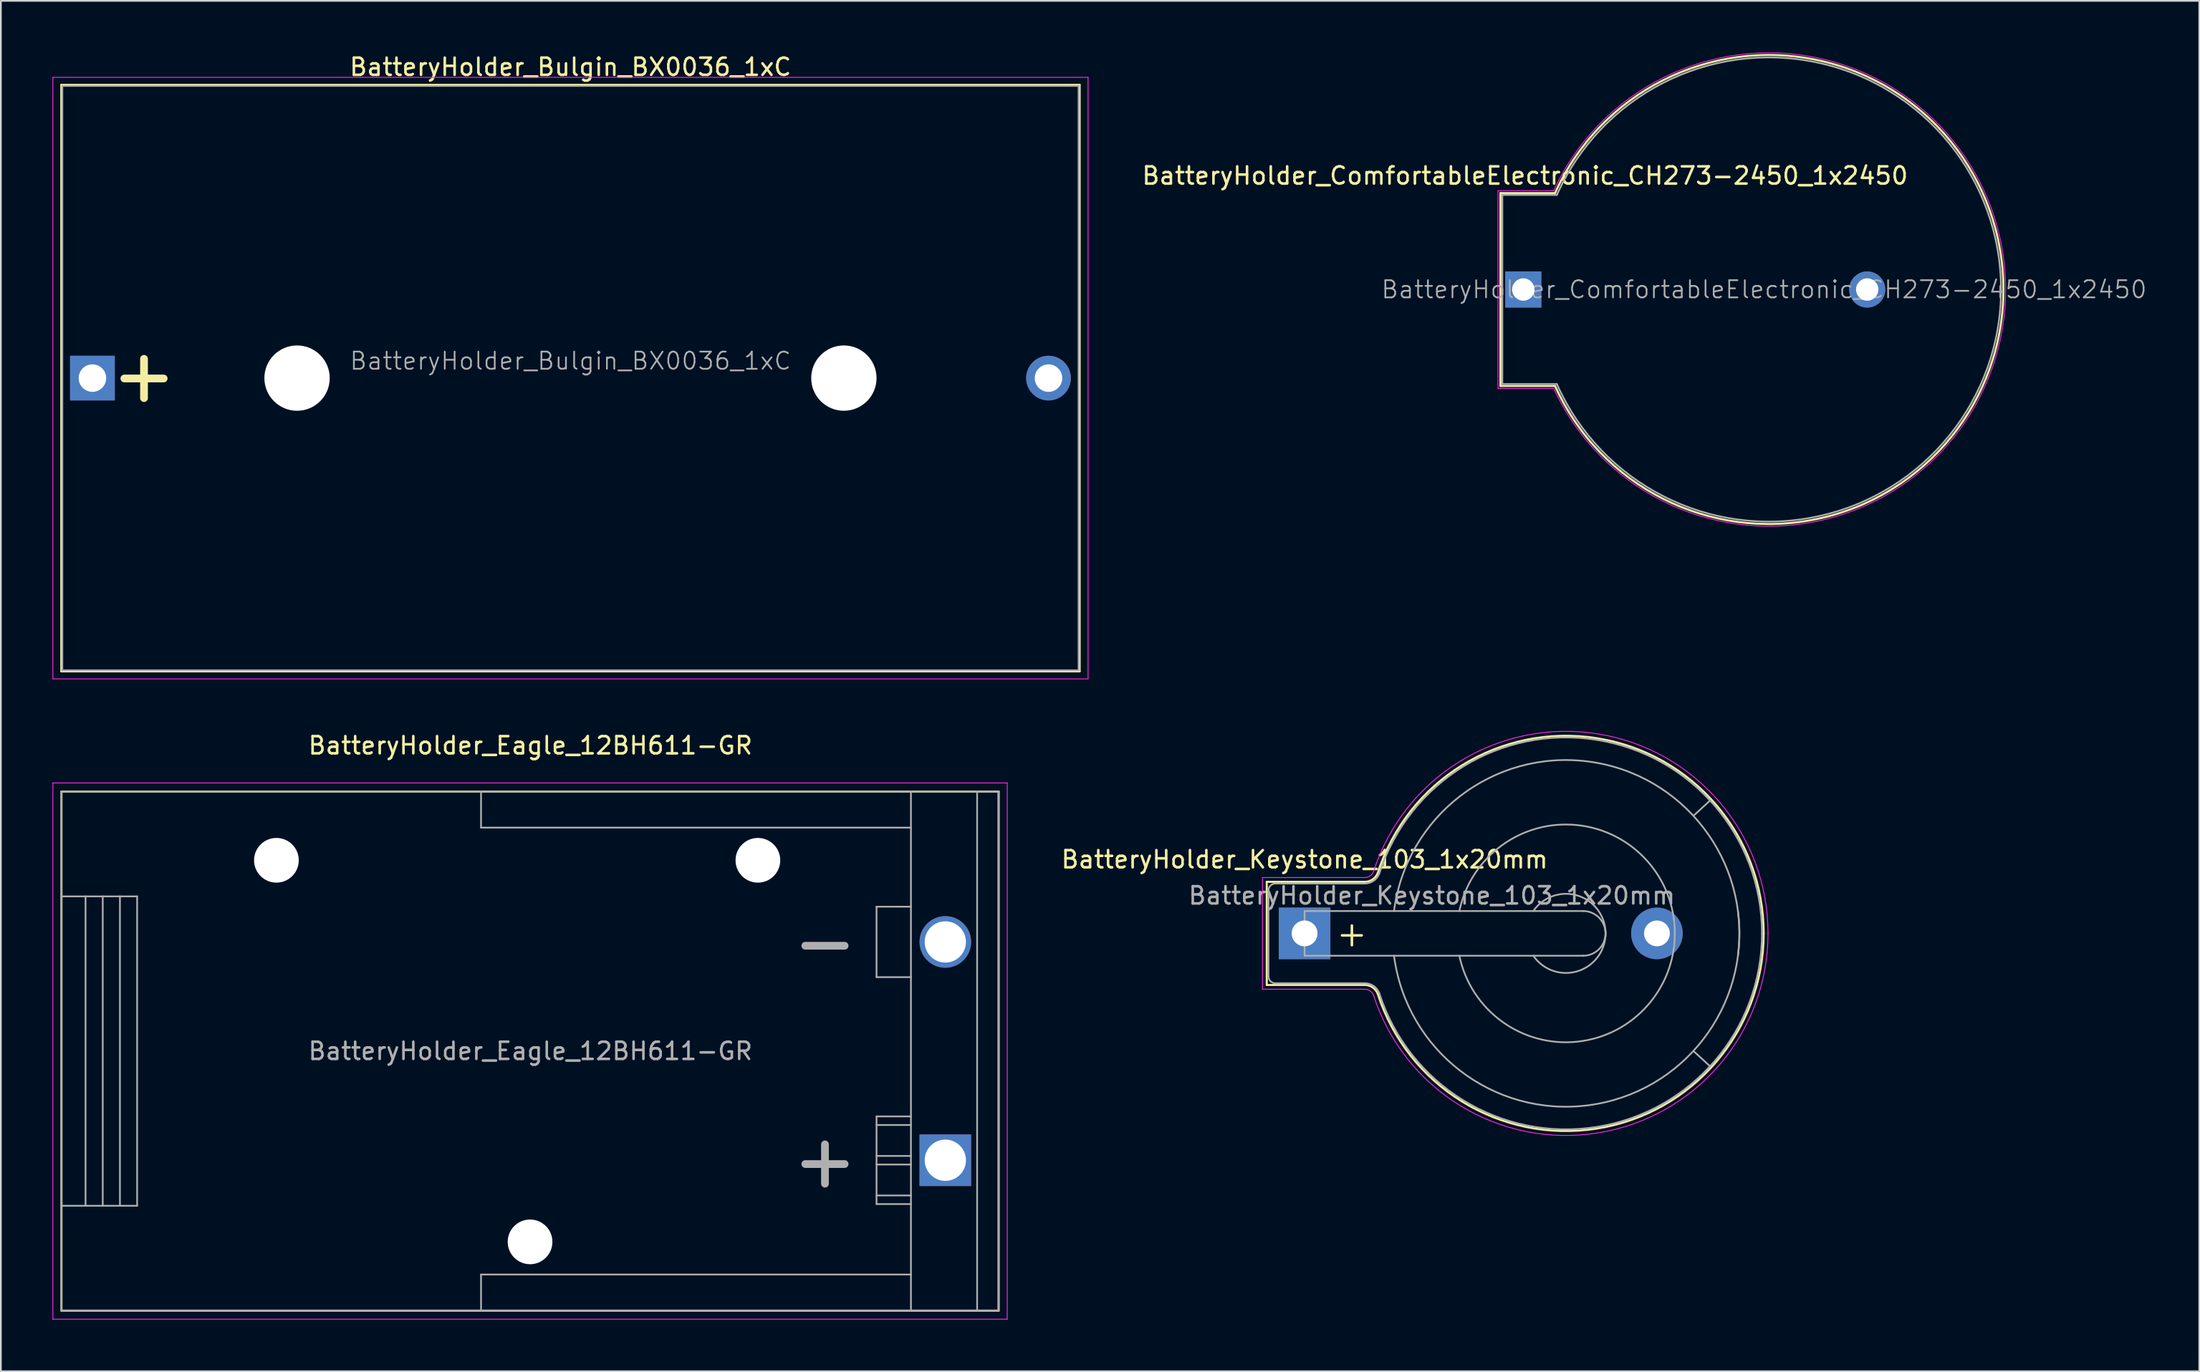
<source format=kicad_pcb>
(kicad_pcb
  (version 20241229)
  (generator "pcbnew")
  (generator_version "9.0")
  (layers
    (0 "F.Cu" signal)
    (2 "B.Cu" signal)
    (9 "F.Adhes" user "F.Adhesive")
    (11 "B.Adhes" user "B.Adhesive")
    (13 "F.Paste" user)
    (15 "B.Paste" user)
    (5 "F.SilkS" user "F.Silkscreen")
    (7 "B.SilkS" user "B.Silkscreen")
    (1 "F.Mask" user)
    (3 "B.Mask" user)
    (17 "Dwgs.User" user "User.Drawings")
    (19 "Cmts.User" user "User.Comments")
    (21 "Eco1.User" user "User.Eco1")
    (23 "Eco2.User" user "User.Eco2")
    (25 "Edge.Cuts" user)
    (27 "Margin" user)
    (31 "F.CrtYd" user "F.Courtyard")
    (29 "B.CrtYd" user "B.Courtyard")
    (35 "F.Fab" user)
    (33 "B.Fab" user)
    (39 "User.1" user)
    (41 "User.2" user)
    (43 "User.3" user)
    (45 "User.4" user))
  (footprint "BatteryHolder_Bulgin_BX0036_1xC"
    (layer "F.Cu")
    (at 2.325 18.948)
    (property "Reference" "BatteryHolder_Bulgin_BX0036_1xC" (at 27.8 -18.1 0) (layer "F.SilkS") (effects (font (size 1 1) (thickness 0.15))))
    (attr through_hole)
    (fp_line (start -1.81 -17.06) (end -1.81 17.06) (stroke (width 0.12) (type solid)) (layer "F.SilkS"))
    (fp_line (start -1.81 -17.06) (end 57.41 -17.06) (stroke (width 0.12) (type solid)) (layer "F.SilkS"))
    (fp_line (start -1.81 17.06) (end 57.41 17.06) (stroke (width 0.12) (type solid)) (layer "F.SilkS"))
    (fp_line (start 57.41 -17.06) (end 57.41 17.06) (stroke (width 0.12) (type solid)) (layer "F.SilkS"))
    (fp_line (start -2.3 -17.5) (end 57.9 -17.5) (stroke (width 0.05) (type solid)) (layer "F.CrtYd"))
    (fp_line (start -2.3 17.5) (end -2.3 -17.5) (stroke (width 0.05) (type solid)) (layer "F.CrtYd"))
    (fp_line (start 57.9 -17.5) (end 57.9 17.5) (stroke (width 0.05) (type solid)) (layer "F.CrtYd"))
    (fp_line (start 57.9 17.5) (end -2.3 17.5) (stroke (width 0.05) (type solid)) (layer "F.CrtYd"))
    (fp_line (start -1.75 -17) (end 57.35 -17) (stroke (width 0.1) (type solid)) (layer "F.Fab"))
    (fp_line (start -1.75 17) (end -1.75 -17) (stroke (width 0.1) (type solid)) (layer "F.Fab"))
    (fp_line (start 57.35 -17) (end 57.35 17) (stroke (width 0.1) (type solid)) (layer "F.Fab"))
    (fp_line (start 57.35 17) (end -1.75 17) (stroke (width 0.1) (type solid)) (layer "F.Fab"))
    (fp_text user "+" (at 3 -0.2 0) (layer "F.SilkS") (effects (font (size 3 3) (thickness 0.45))))
    (fp_text user "${REFERENCE}" (at 27.8 -1 0) (layer "F.Fab") (effects (font (size 1 1) (thickness 0.1))))
    (pad "" np_thru_hole circle (at 11.9 0) (size 3.8 3.8) (drill 3.8) (layers "*.Cu" "*.Mask"))
    (pad "" np_thru_hole circle (at 43.7 0) (size 3.8 3.8) (drill 3.8) (layers "*.Cu" "*.Mask"))
    (pad "1" thru_hole rect (at 0 0) (size 2.6 2.6) (drill 1.6) (layers "*.Cu" "*.Mask"))
    (pad "2" thru_hole circle (at 55.6 0) (size 2.6 2.6) (drill 1.6) (layers "*.Cu" "*.Mask")))
  (footprint "BatteryHolder_Keystone_103_1x20mm"
    (layer "F.Cu")
    (at 72.818 51.254)
    (property "Reference" "BatteryHolder_Keystone_103_1x20mm" (at 0 -4.3 0) (layer "F.SilkS") (effects (font (size 1 1) (thickness 0.15))))
    (attr through_hole)
    (fp_line (start -2.2 -3) (end 3.5 -3) (stroke (width 0.12) (type solid)) (layer "F.SilkS"))
    (fp_line (start -2.2 3) (end -2.2 -3) (stroke (width 0.12) (type solid)) (layer "F.SilkS"))
    (fp_line (start -2.2 3) (end 3.5 3) (stroke (width 0.12) (type solid)) (layer "F.SilkS"))
    (fp_arc (start 3.5 3) (mid 3.950694 3.136459) (end 4.25 3.5) (stroke (width 0.12) (type solid)) (layer "F.SilkS"))
    (fp_arc (start 4.25 -3.5) (mid 3.950694 -3.136459) (end 3.5 -3) (stroke (width 0.12) (type solid)) (layer "F.SilkS"))
    (fp_arc (start 4.25 -3.5) (mid 16.971103 -11.358466) (end 26.695671 0) (stroke (width 0.12) (type solid)) (layer "F.SilkS"))
    (fp_arc (start 26.695671 0) (mid 16.971103 11.358466) (end 4.25 3.5) (stroke (width 0.12) (type solid)) (layer "F.SilkS"))
    (fp_line (start -2.45 -3.25) (end 3.5 -3.25) (stroke (width 0.05) (type solid)) (layer "F.CrtYd"))
    (fp_line (start -2.45 3.25) (end -2.45 -3.25) (stroke (width 0.05) (type solid)) (layer "F.CrtYd"))
    (fp_line (start -2.45 3.25) (end 3.5 3.25) (stroke (width 0.05) (type solid)) (layer "F.CrtYd"))
    (fp_arc (start 3.5 3.25) (mid 3.809273 3.345916) (end 4.01 3.6) (stroke (width 0.05) (type solid)) (layer "F.CrtYd"))
    (fp_arc (start 4.01 -3.6) (mid 3.809273 -3.345916) (end 3.5 -3.25) (stroke (width 0.05) (type solid)) (layer "F.CrtYd"))
    (fp_arc (start 4.01 -3.6) (mid 17.020063 -11.613627) (end 26.95 0) (stroke (width 0.05) (type solid)) (layer "F.CrtYd"))
    (fp_arc (start 26.95 0) (mid 17.020063 11.613629) (end 4.01 3.6) (stroke (width 0.05) (type solid)) (layer "F.CrtYd"))
    (fp_line (start -2.1 -2.5) (end -2.1 2.5) (stroke (width 0.1) (type solid)) (layer "F.Fab"))
    (fp_line (start -1.7 2.9) (end 3.5 2.9) (stroke (width 0.1) (type solid)) (layer "F.Fab"))
    (fp_line (start 0 -1.3) (end 0 1.3) (stroke (width 0.1) (type solid)) (layer "F.Fab"))
    (fp_line (start 0 1.3) (end 16.2 1.3) (stroke (width 0.1) (type solid)) (layer "F.Fab"))
    (fp_line (start 3.5 -2.9) (end -1.7 -2.9) (stroke (width 0.1) (type solid)) (layer "F.Fab"))
    (fp_line (start 16.2 -1.3) (end 0 -1.3) (stroke (width 0.1) (type solid)) (layer "F.Fab"))
    (fp_line (start 23.571 -7.722) (end 22.631 -6.858) (stroke (width 0.1) (type solid)) (layer "F.Fab"))
    (fp_line (start 23.571 7.722) (end 22.657 6.883) (stroke (width 0.1) (type solid)) (layer "F.Fab"))
    (fp_arc (start -2.1 -2.5) (mid -1.982843 -2.782843) (end -1.7 -2.9) (stroke (width 0.1) (type solid)) (layer "F.Fab"))
    (fp_arc (start -1.7 2.9) (mid -1.982843 2.782843) (end -2.1 2.5) (stroke (width 0.1) (type solid)) (layer "F.Fab"))
    (fp_arc (start 3.5 2.9) (mid 4.020217 3.065109) (end 4.35 3.5) (stroke (width 0.1) (type solid)) (layer "F.Fab"))
    (fp_arc (start 4.35 -3.5) (mid 4.020217 -3.06511) (end 3.5 -2.9) (stroke (width 0.1) (type solid)) (layer "F.Fab"))
    (fp_arc (start 4.35 -3.5) (mid 16.971395 -11.261979) (end 26.600299 0) (stroke (width 0.1) (type solid)) (layer "F.Fab"))
    (fp_arc (start 5.2 -1.3) (mid 16.5 -10) (end 25.2 1.3) (stroke (width 0.1) (type solid)) (layer "F.Fab"))
    (fp_arc (start 9 -1.3) (mid 15.851289 -6.300938) (end 21.53 0) (stroke (width 0.1) (type solid)) (layer "F.Fab"))
    (fp_arc (start 13.3 -1.3) (mid 15.963947 -2.171724) (end 17.495448 0.175833) (stroke (width 0.1) (type solid)) (layer "F.Fab"))
    (fp_arc (start 16.2 -1.3) (mid 17.5 0) (end 16.2 1.3) (stroke (width 0.1) (type solid)) (layer "F.Fab"))
    (fp_arc (start 17.495448 -0.175833) (mid 15.963947 2.171724) (end 13.3 1.3) (stroke (width 0.1) (type solid)) (layer "F.Fab"))
    (fp_arc (start 21.53 0) (mid 15.851292 6.300937) (end 9 1.3) (stroke (width 0.1) (type solid)) (layer "F.Fab"))
    (fp_arc (start 25.2 -1.3) (mid 16.5 10) (end 5.2 1.3) (stroke (width 0.1) (type solid)) (layer "F.Fab"))
    (fp_arc (start 26.600299 0) (mid 16.971396 11.261979) (end 4.35 3.5) (stroke (width 0.1) (type solid)) (layer "F.Fab"))
    (fp_text user "+" (at 2.75 0 0) (layer "F.SilkS") (effects (font (size 1.5 1.5) (thickness 0.15))))
    (fp_text user "${REFERENCE}" (at 7.4 -2.2 0) (layer "F.Fab") (effects (font (size 1 1) (thickness 0.15))))
    (pad "1" thru_hole rect (at 0 0) (size 3 3) (drill 1.5) (layers "*.Cu" "*.Mask"))
    (pad "2" thru_hole circle (at 20.49 0) (size 3 3) (drill 1.5) (layers "*.Cu" "*.Mask")))
  (footprint "BatteryHolder_ComfortableElectronic_CH273-2450_1x2450"
    (layer "F.Cu")
    (at 85.537 13.793)
    (property "Reference" "BatteryHolder_ComfortableElectronic_CH273-2450_1x2450" (at 0.1 -6.62 0) (layer "F.SilkS") (effects (font (size 1 1) (thickness 0.15))))
    (attr through_hole)
    (fp_line (start -1.33 -5.61) (end 1.845 -5.61) (stroke (width 0.12) (type solid)) (layer "F.SilkS"))
    (fp_line (start -1.33 5.61) (end -1.33 -5.61) (stroke (width 0.12) (type solid)) (layer "F.SilkS"))
    (fp_line (start 1.845 5.61) (end -1.33 5.61) (stroke (width 0.12) (type solid)) (layer "F.SilkS"))
    (fp_arc (start 1.845 -5.61) (mid 27.921896 0) (end 1.845 5.61) (stroke (width 0.12) (type solid)) (layer "F.SilkS"))
    (fp_line (start -1.47 -5.75) (end 1.77 -5.75) (stroke (width 0.05) (type solid)) (layer "F.CrtYd"))
    (fp_line (start -1.47 5.75) (end -1.47 -5.75) (stroke (width 0.05) (type solid)) (layer "F.CrtYd"))
    (fp_line (start 1.77 5.75) (end -1.47 5.75) (stroke (width 0.05) (type solid)) (layer "F.CrtYd"))
    (fp_arc (start 1.77 -5.75) (mid 28.048173 0) (end 1.77 5.75) (stroke (width 0.05) (type solid)) (layer "F.CrtYd"))
    (fp_line (start -1.22 -5.5) (end 1.95 -5.5) (stroke (width 0.1) (type solid)) (layer "F.Fab"))
    (fp_line (start -1.22 5.5) (end -1.22 -5.5) (stroke (width 0.1) (type solid)) (layer "F.Fab"))
    (fp_line (start 1.95 5.5) (end -1.22 5.5) (stroke (width 0.1) (type solid)) (layer "F.Fab"))
    (fp_arc (start 1.95 -5.5) (mid 27.78107 0) (end 1.95 5.5) (stroke (width 0.1) (type solid)) (layer "F.Fab"))
    (fp_text user "${REFERENCE}" (at 14 0 0) (layer "F.Fab") (effects (font (size 1 1) (thickness 0.1))))
    (pad "1" thru_hole rect (at 0 0 270) (size 2.1 2.1) (drill 1.3) (layers "*.Cu" "*.Mask"))
    (pad "2" thru_hole circle (at 20 0 270) (size 2.1 2.1) (drill 1.3) (layers "*.Cu" "*.Mask")))
  (footprint "BatteryHolder_Eagle_12BH611-GR"
    (layer "F.Cu")
    (at 51.925 64.451)
    (property "Reference" "BatteryHolder_Eagle_12BH611-GR" (at -24.13 -24.13 0) (layer "F.SilkS") (effects (font (size 1 1) (thickness 0.15))))
    (attr through_hole)
    (fp_line (start -51.4 -21.45) (end 3.1 -21.45) (stroke (width 0.12) (type solid)) (layer "F.SilkS"))
    (fp_line (start -51.4 8.75) (end -51.4 -21.45) (stroke (width 0.12) (type solid)) (layer "F.SilkS"))
    (fp_line (start 3.1 -21.45) (end 3.1 8.75) (stroke (width 0.12) (type solid)) (layer "F.SilkS"))
    (fp_line (start 3.1 8.75) (end -51.4 8.75) (stroke (width 0.12) (type solid)) (layer "F.SilkS"))
    (fp_line (start -51.9 -21.95) (end 3.6 -21.95) (stroke (width 0.05) (type solid)) (layer "F.CrtYd"))
    (fp_line (start -51.9 9.25) (end -51.9 -21.95) (stroke (width 0.05) (type solid)) (layer "F.CrtYd"))
    (fp_line (start 3.6 -21.95) (end 3.6 9.25) (stroke (width 0.05) (type solid)) (layer "F.CrtYd"))
    (fp_line (start 3.6 9.25) (end -51.9 9.25) (stroke (width 0.05) (type solid)) (layer "F.CrtYd"))
    (fp_line (start -51.4 -21.45) (end 3.1 -21.45) (stroke (width 0.1) (type solid)) (layer "F.Fab"))
    (fp_line (start -51.4 -15.35) (end -47 -15.35) (stroke (width 0.1) (type solid)) (layer "F.Fab"))
    (fp_line (start -51.4 2.65) (end -47 2.65) (stroke (width 0.1) (type solid)) (layer "F.Fab"))
    (fp_line (start -51.4 8.75) (end -51.4 -21.45) (stroke (width 0.1) (type solid)) (layer "F.Fab"))
    (fp_line (start -50 2.65) (end -50 -15.35) (stroke (width 0.1) (type solid)) (layer "F.Fab"))
    (fp_line (start -49 2.65) (end -49 -15.35) (stroke (width 0.1) (type solid)) (layer "F.Fab"))
    (fp_line (start -48 2.65) (end -48 -15.35) (stroke (width 0.1) (type solid)) (layer "F.Fab"))
    (fp_line (start -47 2.65) (end -47 -15.35) (stroke (width 0.1) (type solid)) (layer "F.Fab"))
    (fp_line (start -27 -19.35) (end -27 -21.45) (stroke (width 0.1) (type solid)) (layer "F.Fab"))
    (fp_line (start -27 6.65) (end -27 8.75) (stroke (width 0.1) (type solid)) (layer "F.Fab"))
    (fp_line (start -4 -14.75) (end -4 -10.65) (stroke (width 0.1) (type solid)) (layer "F.Fab"))
    (fp_line (start -4 -10.65) (end -2 -10.65) (stroke (width 0.1) (type solid)) (layer "F.Fab"))
    (fp_line (start -4 -2.55) (end -4 2.55) (stroke (width 0.1) (type solid)) (layer "F.Fab"))
    (fp_line (start -4 -2.05) (end -2 -2.05) (stroke (width 0.1) (type solid)) (layer "F.Fab"))
    (fp_line (start -4 0.25) (end -2 0.25) (stroke (width 0.1) (type solid)) (layer "F.Fab"))
    (fp_line (start -4 2.55) (end -2 2.55) (stroke (width 0.1) (type solid)) (layer "F.Fab"))
    (fp_line (start -2 -21.45) (end -2 8.75) (stroke (width 0.1) (type solid)) (layer "F.Fab"))
    (fp_line (start -2 -19.35) (end -27 -19.35) (stroke (width 0.1) (type solid)) (layer "F.Fab"))
    (fp_line (start -2 -14.75) (end -4 -14.75) (stroke (width 0.1) (type solid)) (layer "F.Fab"))
    (fp_line (start -2 -2.55) (end -4 -2.55) (stroke (width 0.1) (type solid)) (layer "F.Fab"))
    (fp_line (start -2 -0.25) (end -4 -0.25) (stroke (width 0.1) (type solid)) (layer "F.Fab"))
    (fp_line (start -2 2.05) (end -4 2.05) (stroke (width 0.1) (type solid)) (layer "F.Fab"))
    (fp_line (start -2 6.65) (end -27 6.65) (stroke (width 0.1) (type solid)) (layer "F.Fab"))
    (fp_line (start 1.85 8.75) (end 1.85 -21.45) (stroke (width 0.1) (type solid)) (layer "F.Fab"))
    (fp_line (start 3.1 -21.45) (end 3.1 8.75) (stroke (width 0.1) (type solid)) (layer "F.Fab"))
    (fp_line (start 3.1 8.75) (end -51.4 8.75) (stroke (width 0.1) (type solid)) (layer "F.Fab"))
    (fp_text user "-" (at -7 -12.7 0) (layer "F.Fab") (effects (font (size 3 3) (thickness 0.45))))
    (fp_text user "${REFERENCE}" (at -24.13 -6.35 180) (layer "F.Fab") (effects (font (size 1 1) (thickness 0.15))))
    (fp_text user "+" (at -7 0 0) (layer "F.Fab") (effects (font (size 3 3) (thickness 0.45))))
    (pad "" np_thru_hole circle (at -38.9 -17.45) (size 2.6 2.6) (drill 2.6) (layers "*.Cu" "*.Mask"))
    (pad "" np_thru_hole circle (at -24.15 4.75) (size 2.6 2.6) (drill 2.6) (layers "*.Cu" "*.Mask"))
    (pad "" np_thru_hole circle (at -10.9 -17.45) (size 2.6 2.6) (drill 2.6) (layers "*.Cu" "*.Mask"))
    (pad "1" thru_hole rect (at 0 0) (size 3 3) (drill 2.4) (layers "*.Cu" "*.Mask"))
    (pad "2" thru_hole circle (at 0 -12.7) (size 3 3) (drill 2.4) (layers "*.Cu" "*.Mask")))
  (gr_rect
    (start -3 -3)
    (end 124.849 76.727)
    (stroke (width 0.1) (type default))
    (fill no)
    (layer "Edge.Cuts")))
</source>
